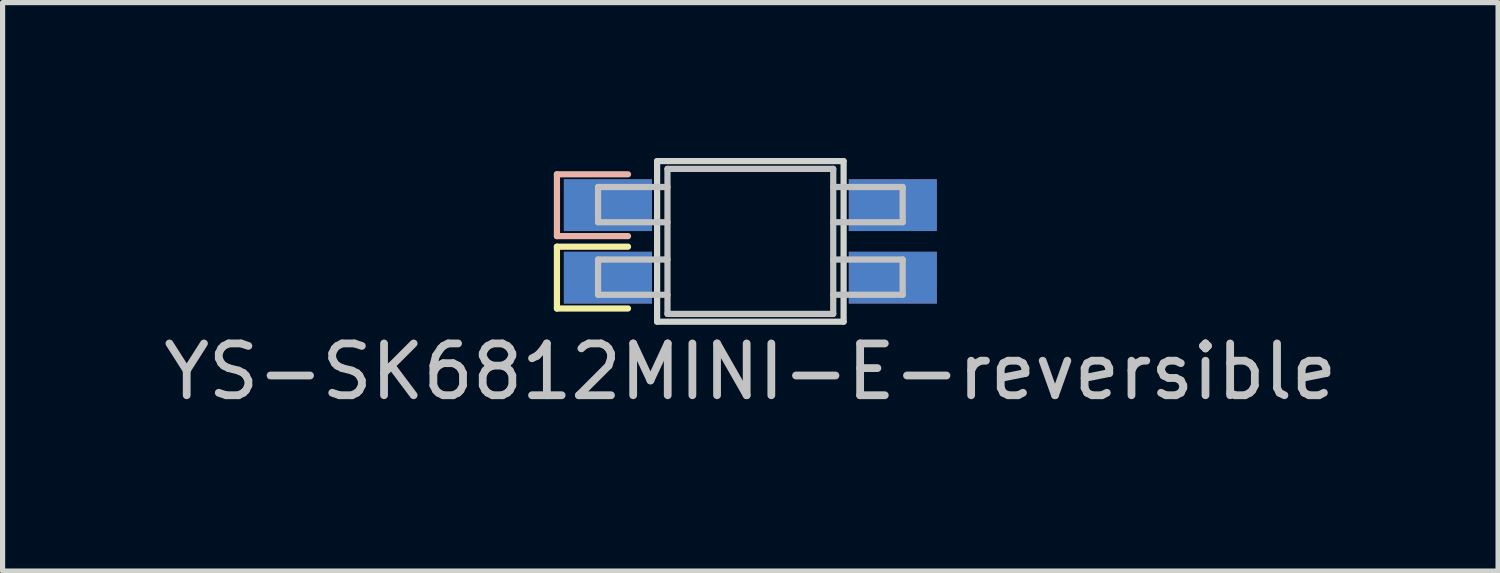
<source format=kicad_pcb>
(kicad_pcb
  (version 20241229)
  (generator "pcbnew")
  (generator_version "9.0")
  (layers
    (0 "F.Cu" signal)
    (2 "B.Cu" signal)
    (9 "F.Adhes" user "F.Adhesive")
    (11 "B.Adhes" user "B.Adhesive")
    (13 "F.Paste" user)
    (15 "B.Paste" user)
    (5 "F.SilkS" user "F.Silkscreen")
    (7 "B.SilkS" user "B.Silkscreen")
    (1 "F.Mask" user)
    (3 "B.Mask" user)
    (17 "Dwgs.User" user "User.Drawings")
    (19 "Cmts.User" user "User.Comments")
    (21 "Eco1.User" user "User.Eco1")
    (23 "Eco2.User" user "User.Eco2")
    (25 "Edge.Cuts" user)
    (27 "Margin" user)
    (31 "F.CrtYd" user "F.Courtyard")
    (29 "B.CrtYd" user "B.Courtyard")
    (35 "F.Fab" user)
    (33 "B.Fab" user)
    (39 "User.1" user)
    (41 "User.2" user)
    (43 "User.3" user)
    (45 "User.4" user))
  (footprint "YS-SK6812MINI-E-reversible"
    (layer "F.Cu")
    (at 11.435 1.61)
    (property "Reference" "YS-SK6812MINI-E-reversible" (at 0 2.515 0) (layer "Dwgs.User") (effects (font (size 1 1) (thickness 0.15))))
    (attr through_hole)
    (fp_line (start -3.734 0.102) (end -3.734 1.295) (stroke (width 0.12) (type solid)) (layer "F.SilkS"))
    (fp_line (start -3.734 0.102) (end -2.362 0.102) (stroke (width 0.12) (type solid)) (layer "F.SilkS"))
    (fp_line (start -3.734 1.295) (end -2.362 1.295) (stroke (width 0.12) (type solid)) (layer "F.SilkS"))
    (fp_line (start -3.734 -1.295) (end -3.734 -0.102) (stroke (width 0.12) (type solid)) (layer "B.SilkS"))
    (fp_line (start -3.734 -1.295) (end -2.362 -1.295) (stroke (width 0.12) (type solid)) (layer "B.SilkS"))
    (fp_line (start -3.734 -0.102) (end -2.362 -0.102) (stroke (width 0.12) (type solid)) (layer "B.SilkS"))
    (fp_line (start -2.94 -1.05) (end -2.94 -0.37) (stroke (width 0.12) (type solid)) (layer "Dwgs.User"))
    (fp_line (start -2.94 -0.37) (end -1.6 -0.37) (stroke (width 0.12) (type solid)) (layer "Dwgs.User"))
    (fp_line (start -2.94 0.35) (end -2.94 1.03) (stroke (width 0.12) (type solid)) (layer "Dwgs.User"))
    (fp_line (start -2.94 1.03) (end -1.6 1.03) (stroke (width 0.12) (type solid)) (layer "Dwgs.User"))
    (fp_line (start -1.6 -1.4) (end -1.6 1.4) (stroke (width 0.12) (type solid)) (layer "Dwgs.User"))
    (fp_line (start -1.6 -1.4) (end 1.6 -1.4) (stroke (width 0.12) (type solid)) (layer "Dwgs.User"))
    (fp_line (start -1.6 -1.05) (end -2.94 -1.05) (stroke (width 0.12) (type solid)) (layer "Dwgs.User"))
    (fp_line (start -1.6 0.35) (end -2.94 0.35) (stroke (width 0.12) (type solid)) (layer "Dwgs.User"))
    (fp_line (start -1.6 1.4) (end 1.6 1.4) (stroke (width 0.12) (type solid)) (layer "Dwgs.User"))
    (fp_line (start 1.6 -1.4) (end 1.6 1.4) (stroke (width 0.12) (type solid)) (layer "Dwgs.User"))
    (fp_line (start 1.6 -0.37) (end 2.94 -0.37) (stroke (width 0.12) (type solid)) (layer "Dwgs.User"))
    (fp_line (start 1.6 1.03) (end 2.94 1.03) (stroke (width 0.12) (type solid)) (layer "Dwgs.User"))
    (fp_line (start 2.94 -1.05) (end 1.6 -1.05) (stroke (width 0.12) (type solid)) (layer "Dwgs.User"))
    (fp_line (start 2.94 -0.37) (end 2.94 -1.05) (stroke (width 0.12) (type solid)) (layer "Dwgs.User"))
    (fp_line (start 2.94 0.35) (end 1.6 0.35) (stroke (width 0.12) (type solid)) (layer "Dwgs.User"))
    (fp_line (start 2.94 1.03) (end 2.94 0.35) (stroke (width 0.12) (type solid)) (layer "Dwgs.User"))
    (fp_line (start -1.8 -1.55) (end -1.8 1.55) (stroke (width 0.12) (type solid)) (layer "Edge.Cuts"))
    (fp_line (start -1.8 1.55) (end 1.8 1.55) (stroke (width 0.12) (type solid)) (layer "Edge.Cuts"))
    (fp_line (start 1.8 -1.55) (end -1.8 -1.55) (stroke (width 0.12) (type solid)) (layer "Edge.Cuts"))
    (fp_line (start 1.8 1.55) (end 1.8 -1.55) (stroke (width 0.12) (type solid)) (layer "Edge.Cuts"))
    (pad "1" smd rect (at 2.75 -0.7) (size 1.7 1) (layers "F.Cu" "F.Mask" "F.Paste"))
    (pad "1" smd rect (at 2.75 0.7) (size 1.7 1) (layers "B.Cu" "B.Mask" "B.Paste"))
    (pad "2" smd rect (at 2.75 -0.7) (size 1.7 1) (layers "B.Cu" "B.Mask" "B.Paste"))
    (pad "2" smd rect (at 2.75 0.7) (size 1.7 1) (layers "F.Cu" "F.Mask" "F.Paste"))
    (pad "3" smd rect (at -2.75 -0.7) (size 1.7 1) (layers "B.Cu" "B.Mask" "B.Paste"))
    (pad "3" smd rect (at -2.75 0.7) (size 1.7 1) (layers "F.Cu" "F.Mask" "F.Paste"))
    (pad "4" smd rect (at -2.75 -0.7) (size 1.7 1) (layers "F.Cu" "F.Mask" "F.Paste"))
    (pad "4" smd rect (at -2.75 0.7) (size 1.7 1) (layers "B.Cu" "B.Mask" "B.Paste")))
  (gr_rect
    (start -3 -3)
    (end 25.869 7.973)
    (stroke (width 0.1) (type default))
    (fill no)
    (layer "Edge.Cuts")))
</source>
